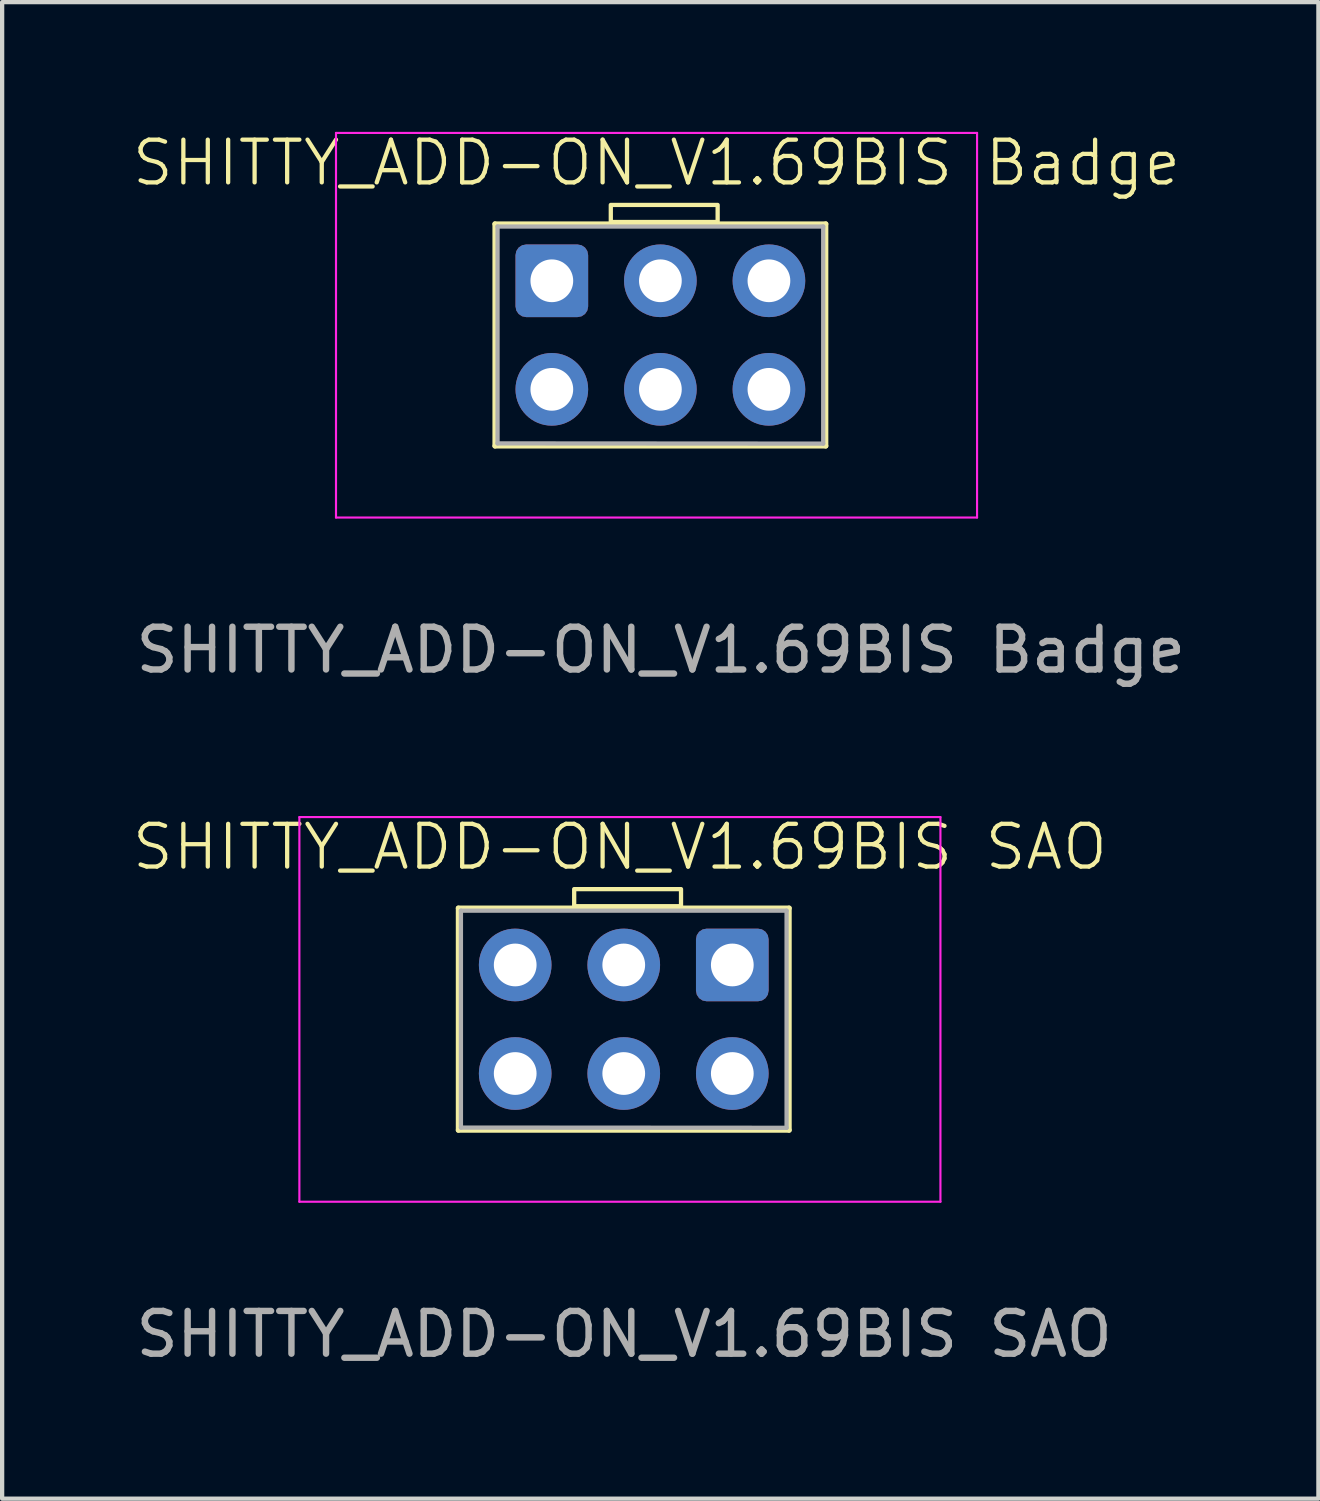
<source format=kicad_pcb>
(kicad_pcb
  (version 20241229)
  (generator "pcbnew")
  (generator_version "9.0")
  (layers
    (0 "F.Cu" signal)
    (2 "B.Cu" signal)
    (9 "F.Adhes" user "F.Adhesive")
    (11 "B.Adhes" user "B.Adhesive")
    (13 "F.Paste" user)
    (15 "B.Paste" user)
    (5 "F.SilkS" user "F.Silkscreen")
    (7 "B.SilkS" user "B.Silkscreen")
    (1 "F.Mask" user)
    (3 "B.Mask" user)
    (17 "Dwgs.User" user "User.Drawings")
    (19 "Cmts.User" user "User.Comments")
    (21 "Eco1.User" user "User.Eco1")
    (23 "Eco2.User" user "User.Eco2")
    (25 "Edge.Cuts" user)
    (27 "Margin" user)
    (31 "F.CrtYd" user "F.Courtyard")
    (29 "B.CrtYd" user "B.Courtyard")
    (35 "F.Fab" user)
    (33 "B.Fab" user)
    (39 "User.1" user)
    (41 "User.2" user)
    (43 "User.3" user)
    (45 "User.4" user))
  (footprint "SHITTY_ADD-ON_V1.69BIS SAO"
    (layer "F.Cu")
    (at 11.555 23.669)
    (property "Reference" "SHITTY_ADD-ON_V1.69BIS SAO" (at -0.1 -6.9 0) (unlocked yes) (layer "F.SilkS") (effects (font (size 1 1) (thickness 0.1))))
    (attr through_hole)
    (fp_line (start -3.88 -5.47) (end 3.86 -5.47) (stroke (width 0.12) (type solid)) (layer "F.SilkS"))
    (fp_line (start -3.88 -0.275) (end -3.88 -5.47) (stroke (width 0.12) (type solid)) (layer "F.SilkS"))
    (fp_line (start -3.88 -0.275) (end 3.86 -0.275) (stroke (width 0.12) (type solid)) (layer "F.SilkS"))
    (fp_line (start 3.86 -0.275) (end 3.86 -5.47) (stroke (width 0.12) (type solid)) (layer "F.SilkS"))
    (fp_rect (start -1.17 -5.915) (end 1.33 -5.515) (stroke (width 0.1) (type default)) (fill no) (layer "F.SilkS"))
    (fp_line (start -7.6 -7.6) (end -7.6 1.4) (stroke (width 0.05) (type solid)) (layer "F.CrtYd"))
    (fp_line (start -7.6 1.4) (end 7.4 1.4) (stroke (width 0.05) (type solid)) (layer "F.CrtYd"))
    (fp_line (start 7.4 -7.6) (end -7.6 -7.6) (stroke (width 0.05) (type solid)) (layer "F.CrtYd"))
    (fp_line (start 7.4 1.4) (end 7.4 -7.6) (stroke (width 0.05) (type solid)) (layer "F.CrtYd"))
    (fp_line (start -3.82 -5.41) (end -3.82 -0.335) (stroke (width 0.1) (type solid)) (layer "F.Fab"))
    (fp_line (start -3.82 -5.41) (end 3.8 -5.41) (stroke (width 0.1) (type solid)) (layer "F.Fab"))
    (fp_line (start -3.82 -0.335) (end 3.8 -0.33) (stroke (width 0.1) (type solid)) (layer "F.Fab"))
    (fp_line (start 3.8 -5.41) (end 3.8 -0.33) (stroke (width 0.1) (type solid)) (layer "F.Fab"))
    (fp_text user "${REFERENCE}" (at 0 4.5 180) (layer "F.Fab") (effects (font (size 1 1) (thickness 0.15))))
    (pad "1" thru_hole roundrect (at 2.53 -4.14 90) (size 1.7 1.7) (drill 1) (layers "*.Cu" "*.Mask") (roundrect_rratio 0.147))
    (pad "2" thru_hole oval (at 2.53 -1.6 90) (size 1.7 1.7) (drill 1) (layers "*.Cu" "*.Mask"))
    (pad "3" thru_hole oval (at -0.01 -4.14 90) (size 1.7 1.7) (drill 1) (layers "*.Cu" "*.Mask"))
    (pad "4" thru_hole oval (at -0.01 -1.6 90) (size 1.7 1.7) (drill 1) (layers "*.Cu" "*.Mask"))
    (pad "5" thru_hole oval (at -2.55 -4.14 90) (size 1.7 1.7) (drill 1) (layers "*.Cu" "*.Mask"))
    (pad "6" thru_hole circle (at -2.55 -1.6 90) (size 1.7 1.7) (drill 1) (layers "*.Cu" "*.Mask")))
  (footprint "SHITTY_ADD-ON_V1.69BIS Badge"
    (layer "F.Cu")
    (at 12.412 7.66)
    (property "Reference" "SHITTY_ADD-ON_V1.69BIS Badge" (at -0.1 -6.9 0) (unlocked yes) (layer "F.SilkS") (effects (font (size 1 1) (thickness 0.1))))
    (attr through_hole)
    (fp_line (start -3.88 -5.47) (end 3.86 -5.47) (stroke (width 0.12) (type solid)) (layer "F.SilkS"))
    (fp_line (start -3.88 -0.275) (end -3.88 -5.47) (stroke (width 0.12) (type solid)) (layer "F.SilkS"))
    (fp_line (start -3.88 -0.275) (end 3.86 -0.275) (stroke (width 0.12) (type solid)) (layer "F.SilkS"))
    (fp_line (start 3.86 -0.275) (end 3.86 -5.47) (stroke (width 0.12) (type solid)) (layer "F.SilkS"))
    (fp_rect (start -1.17 -5.915) (end 1.33 -5.515) (stroke (width 0.1) (type default)) (fill no) (layer "F.SilkS"))
    (fp_line (start -7.6 -7.6) (end -7.6 1.4) (stroke (width 0.05) (type solid)) (layer "F.CrtYd"))
    (fp_line (start -7.6 1.4) (end 7.4 1.4) (stroke (width 0.05) (type solid)) (layer "F.CrtYd"))
    (fp_line (start 7.4 -7.6) (end -7.6 -7.6) (stroke (width 0.05) (type solid)) (layer "F.CrtYd"))
    (fp_line (start 7.4 1.4) (end 7.4 -7.6) (stroke (width 0.05) (type solid)) (layer "F.CrtYd"))
    (fp_line (start -3.82 -5.41) (end -3.82 -0.335) (stroke (width 0.1) (type solid)) (layer "F.Fab"))
    (fp_line (start -3.82 -5.41) (end 3.8 -5.41) (stroke (width 0.1) (type solid)) (layer "F.Fab"))
    (fp_line (start -3.82 -0.335) (end 3.8 -0.33) (stroke (width 0.1) (type solid)) (layer "F.Fab"))
    (fp_line (start 3.8 -5.41) (end 3.8 -0.33) (stroke (width 0.1) (type solid)) (layer "F.Fab"))
    (fp_text user "${REFERENCE}" (at 0 4.5 180) (layer "F.Fab") (effects (font (size 1 1) (thickness 0.15))))
    (pad "1" thru_hole roundrect (at -2.55 -4.14 270) (size 1.7 1.7) (drill 1) (layers "*.Cu" "*.Mask") (roundrect_rratio 0.147))
    (pad "2" thru_hole oval (at -2.55 -1.6 270) (size 1.7 1.7) (drill 1) (layers "*.Cu" "*.Mask"))
    (pad "3" thru_hole oval (at -0.01 -4.14 270) (size 1.7 1.7) (drill 1) (layers "*.Cu" "*.Mask"))
    (pad "4" thru_hole oval (at -0.01 -1.6 270) (size 1.7 1.7) (drill 1) (layers "*.Cu" "*.Mask"))
    (pad "5" thru_hole oval (at 2.53 -4.14 270) (size 1.7 1.7) (drill 1) (layers "*.Cu" "*.Mask"))
    (pad "6" thru_hole circle (at 2.53 -1.6 270) (size 1.7 1.7) (drill 1) (layers "*.Cu" "*.Mask")))
  (gr_rect
    (start -3 -3)
    (end 27.799 32.017)
    (stroke (width 0.1) (type default))
    (fill no)
    (layer "Edge.Cuts")))
</source>
